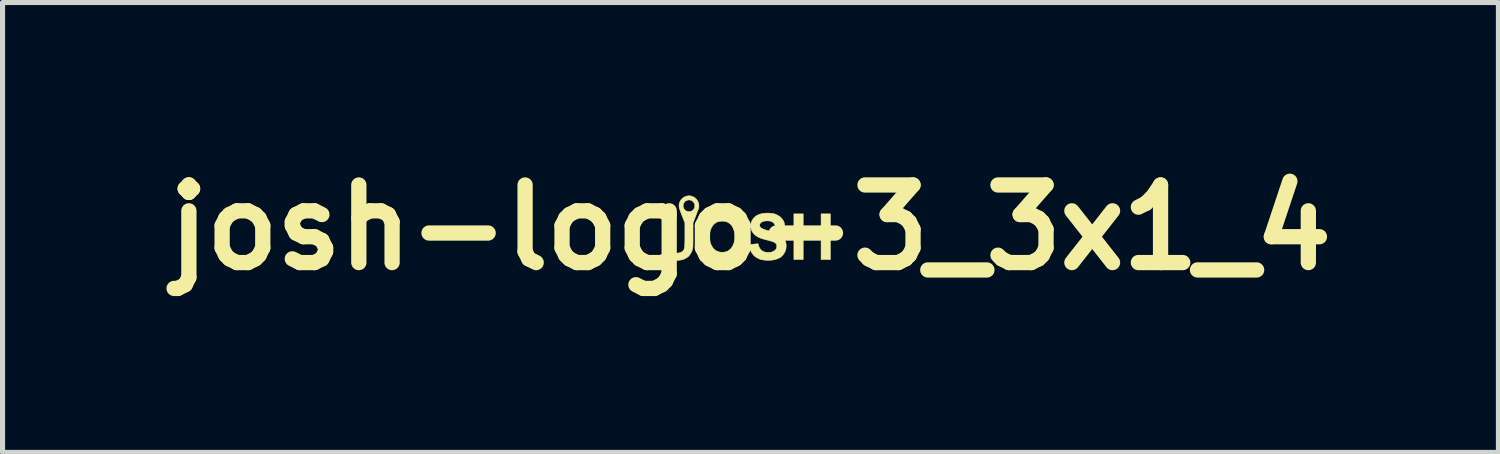
<source format=kicad_pcb>
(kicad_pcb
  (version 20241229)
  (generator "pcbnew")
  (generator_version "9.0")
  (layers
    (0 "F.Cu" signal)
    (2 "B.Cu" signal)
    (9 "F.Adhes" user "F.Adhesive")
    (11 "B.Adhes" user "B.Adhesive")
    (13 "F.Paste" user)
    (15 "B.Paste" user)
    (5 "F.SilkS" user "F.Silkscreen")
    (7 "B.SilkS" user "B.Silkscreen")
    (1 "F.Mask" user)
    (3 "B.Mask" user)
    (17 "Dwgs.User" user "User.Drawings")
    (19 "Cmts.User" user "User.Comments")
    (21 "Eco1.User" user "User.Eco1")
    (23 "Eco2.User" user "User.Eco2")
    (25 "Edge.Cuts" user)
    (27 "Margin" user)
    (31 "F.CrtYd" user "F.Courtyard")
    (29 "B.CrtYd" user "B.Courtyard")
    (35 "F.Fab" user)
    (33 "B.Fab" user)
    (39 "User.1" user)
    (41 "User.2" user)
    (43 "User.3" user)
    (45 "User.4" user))
  (footprint "josh-logo-3_3x1_4"
    (layer "F.Cu")
    (at 11.691 1.418)
    (property "Reference" "josh-logo-3_3x1_4" (at 0 0 0) (layer "F.SilkS") (effects (font (size 1.524 1.524) (thickness 0.3))))
    (attr through_hole)
    (fp_poly (pts (xy 1.036 0.084) (xy 1.387 0.084) (xy 1.387 -0.267) (xy 1.57 -0.267) (xy 1.57 0.63) (xy 1.387 0.63) (xy 1.387 0.239) (xy 1.036 0.239) (xy 1.036 0.63) (xy 0.853 0.63) (xy 0.853 -0.267) (xy 1.036 -0.267) (xy 1.036 0.084)) (stroke (width 0.01) (type solid)) (fill yes) (layer "F.SilkS"))
    (fp_poly (pts (xy -1.189 -0.621) (xy -1.175 -0.619) (xy -1.144 -0.611) (xy -1.115 -0.598) (xy -1.09 -0.582) (xy -1.067 -0.561) (xy -1.048 -0.538) (xy -1.032 -0.51) (xy -1.02 -0.48) (xy -1.017 -0.472) (xy -1.014 -0.457) (xy -1.013 -0.438) (xy -1.013 -0.418) (xy -1.014 -0.398) (xy -1.017 -0.381) (xy -1.017 -0.381) (xy -1.019 -0.375) (xy -1.022 -0.365) (xy -1.027 -0.351) (xy -1.034 -0.334) (xy -1.041 -0.314) (xy -1.049 -0.292) (xy -1.058 -0.268) (xy -1.068 -0.243) (xy -1.075 -0.225) (xy -1.128 -0.088) (xy -1.128 0.129) (xy -1.128 0.17) (xy -1.128 0.208) (xy -1.128 0.243) (xy -1.128 0.274) (xy -1.129 0.302) (xy -1.129 0.326) (xy -1.129 0.345) (xy -1.13 0.361) (xy -1.13 0.371) (xy -1.13 0.375) (xy -1.134 0.404) (xy -1.14 0.43) (xy -1.147 0.455) (xy -1.157 0.479) (xy -1.171 0.504) (xy -1.187 0.53) (xy -1.193 0.538) (xy -1.202 0.551) (xy -1.209 0.559) (xy -1.215 0.566) (xy -1.221 0.572) (xy -1.228 0.577) (xy -1.237 0.583) (xy -1.238 0.584) (xy -1.264 0.6) (xy -1.286 0.613) (xy -1.307 0.623) (xy -1.328 0.63) (xy -1.349 0.636) (xy -1.372 0.64) (xy -1.399 0.643) (xy -1.416 0.645) (xy -1.431 0.646) (xy -1.441 0.647) (xy -1.45 0.647) (xy -1.459 0.647) (xy -1.468 0.647) (xy -1.479 0.646) (xy -1.494 0.645) (xy -1.496 0.645) (xy -1.51 0.643) (xy -1.527 0.641) (xy -1.546 0.638) (xy -1.565 0.634) (xy -1.584 0.631) (xy -1.599 0.627) (xy -1.607 0.625) (xy -1.614 0.623) (xy -1.615 0.557) (xy -1.615 0.536) (xy -1.615 0.519) (xy -1.615 0.507) (xy -1.614 0.499) (xy -1.614 0.493) (xy -1.613 0.491) (xy -1.612 0.49) (xy -1.609 0.491) (xy -1.601 0.492) (xy -1.591 0.493) (xy -1.578 0.495) (xy -1.575 0.495) (xy -1.546 0.499) (xy -1.516 0.502) (xy -1.488 0.503) (xy -1.461 0.504) (xy -1.437 0.503) (xy -1.415 0.501) (xy -1.398 0.499) (xy -1.394 0.498) (xy -1.368 0.489) (xy -1.346 0.478) (xy -1.329 0.465) (xy -1.315 0.448) (xy -1.304 0.428) (xy -1.298 0.405) (xy -1.296 0.397) (xy -1.294 0.388) (xy -1.293 0.378) (xy -1.292 0.367) (xy -1.291 0.354) (xy -1.29 0.34) (xy -1.29 0.323) (xy -1.289 0.303) (xy -1.289 0.28) (xy -1.288 0.254) (xy -1.288 0.224) (xy -1.288 0.191) (xy -1.288 0.152) (xy -1.288 0.115) (xy -1.288 -0.089) (xy -1.34 -0.224) (xy -1.35 -0.25) (xy -1.36 -0.274) (xy -1.368 -0.297) (xy -1.376 -0.319) (xy -1.383 -0.338) (xy -1.389 -0.354) (xy -1.394 -0.366) (xy -1.397 -0.375) (xy -1.398 -0.378) (xy -1.401 -0.397) (xy -1.403 -0.418) (xy -1.403 -0.43) (xy -1.323 -0.43) (xy -1.322 -0.408) (xy -1.316 -0.387) (xy -1.307 -0.367) (xy -1.294 -0.349) (xy -1.277 -0.334) (xy -1.258 -0.322) (xy -1.239 -0.315) (xy -1.215 -0.311) (xy -1.192 -0.311) (xy -1.181 -0.313) (xy -1.159 -0.321) (xy -1.14 -0.333) (xy -1.123 -0.348) (xy -1.109 -0.366) (xy -1.099 -0.386) (xy -1.094 -0.408) (xy -1.093 -0.431) (xy -1.093 -0.432) (xy -1.097 -0.456) (xy -1.105 -0.477) (xy -1.117 -0.496) (xy -1.132 -0.512) (xy -1.149 -0.525) (xy -1.169 -0.534) (xy -1.19 -0.539) (xy -1.212 -0.541) (xy -1.235 -0.537) (xy -1.258 -0.529) (xy -1.262 -0.528) (xy -1.276 -0.519) (xy -1.29 -0.506) (xy -1.302 -0.491) (xy -1.311 -0.475) (xy -1.319 -0.453) (xy -1.323 -0.43) (xy -1.403 -0.43) (xy -1.403 -0.44) (xy -1.4 -0.46) (xy -1.397 -0.474) (xy -1.386 -0.505) (xy -1.371 -0.533) (xy -1.352 -0.557) (xy -1.33 -0.578) (xy -1.305 -0.595) (xy -1.277 -0.609) (xy -1.247 -0.617) (xy -1.241 -0.619) (xy -1.222 -0.621) (xy -1.206 -0.622) (xy -1.189 -0.621)) (stroke (width 0.01) (type solid)) (fill yes) (layer "F.SilkS"))
    (fp_poly (pts (xy -0.528 -0.28) (xy -0.492 -0.277) (xy -0.457 -0.272) (xy -0.423 -0.265) (xy -0.393 -0.256) (xy -0.366 -0.246) (xy -0.357 -0.242) (xy -0.344 -0.235) (xy -0.328 -0.225) (xy -0.31 -0.213) (xy -0.292 -0.2) (xy -0.274 -0.187) (xy -0.268 -0.182) (xy -0.255 -0.172) (xy -0.246 -0.163) (xy -0.237 -0.155) (xy -0.229 -0.145) (xy -0.219 -0.132) (xy -0.219 -0.131) (xy -0.195 -0.096) (xy -0.175 -0.064) (xy -0.16 -0.034) (xy -0.148 -0.007) (xy -0.146 -0.002) (xy -0.139 0.026) (xy -0.132 0.058) (xy -0.127 0.092) (xy -0.124 0.128) (xy -0.122 0.165) (xy -0.122 0.201) (xy -0.123 0.237) (xy -0.124 0.25) (xy -0.128 0.285) (xy -0.133 0.315) (xy -0.14 0.343) (xy -0.147 0.368) (xy -0.157 0.393) (xy -0.169 0.417) (xy -0.184 0.443) (xy -0.197 0.464) (xy -0.209 0.482) (xy -0.219 0.496) (xy -0.228 0.508) (xy -0.236 0.517) (xy -0.244 0.526) (xy -0.253 0.534) (xy -0.264 0.543) (xy -0.27 0.547) (xy -0.302 0.571) (xy -0.333 0.591) (xy -0.361 0.607) (xy -0.388 0.619) (xy -0.406 0.625) (xy -0.423 0.629) (xy -0.443 0.633) (xy -0.465 0.636) (xy -0.489 0.639) (xy -0.511 0.642) (xy -0.533 0.644) (xy -0.551 0.645) (xy -0.56 0.645) (xy -0.568 0.644) (xy -0.579 0.644) (xy -0.592 0.643) (xy -0.606 0.641) (xy -0.606 0.641) (xy -0.641 0.637) (xy -0.67 0.632) (xy -0.697 0.626) (xy -0.722 0.618) (xy -0.745 0.609) (xy -0.768 0.597) (xy -0.791 0.583) (xy -0.795 0.58) (xy -0.823 0.561) (xy -0.847 0.543) (xy -0.866 0.526) (xy -0.881 0.51) (xy -0.886 0.503) (xy -0.908 0.473) (xy -0.926 0.446) (xy -0.941 0.419) (xy -0.953 0.394) (xy -0.963 0.368) (xy -0.971 0.341) (xy -0.978 0.313) (xy -0.983 0.281) (xy -0.986 0.246) (xy -0.988 0.223) (xy -0.989 0.191) (xy -0.989 0.176) (xy -0.8 0.176) (xy -0.8 0.21) (xy -0.798 0.24) (xy -0.795 0.267) (xy -0.79 0.291) (xy -0.784 0.314) (xy -0.775 0.336) (xy -0.764 0.358) (xy -0.75 0.381) (xy -0.75 0.381) (xy -0.739 0.398) (xy -0.729 0.411) (xy -0.72 0.421) (xy -0.716 0.425) (xy -0.696 0.441) (xy -0.678 0.454) (xy -0.661 0.464) (xy -0.642 0.472) (xy -0.623 0.478) (xy -0.6 0.483) (xy -0.578 0.486) (xy -0.562 0.487) (xy -0.543 0.487) (xy -0.521 0.484) (xy -0.518 0.484) (xy -0.493 0.48) (xy -0.472 0.474) (xy -0.453 0.467) (xy -0.434 0.456) (xy -0.415 0.443) (xy -0.395 0.426) (xy -0.395 0.425) (xy -0.381 0.411) (xy -0.367 0.393) (xy -0.354 0.372) (xy -0.342 0.349) (xy -0.332 0.325) (xy -0.324 0.302) (xy -0.321 0.294) (xy -0.317 0.272) (xy -0.313 0.245) (xy -0.311 0.216) (xy -0.31 0.185) (xy -0.311 0.153) (xy -0.312 0.122) (xy -0.313 0.118) (xy -0.316 0.09) (xy -0.321 0.064) (xy -0.329 0.04) (xy -0.339 0.015) (xy -0.353 -0.01) (xy -0.359 -0.021) (xy -0.366 -0.034) (xy -0.373 -0.043) (xy -0.379 -0.051) (xy -0.386 -0.058) (xy -0.395 -0.066) (xy -0.401 -0.071) (xy -0.423 -0.088) (xy -0.445 -0.101) (xy -0.467 -0.111) (xy -0.481 -0.115) (xy -0.511 -0.121) (xy -0.543 -0.124) (xy -0.576 -0.123) (xy -0.608 -0.119) (xy -0.637 -0.112) (xy -0.64 -0.111) (xy -0.663 -0.102) (xy -0.686 -0.088) (xy -0.708 -0.072) (xy -0.728 -0.053) (xy -0.744 -0.033) (xy -0.746 -0.028) (xy -0.761 -0.004) (xy -0.773 0.02) (xy -0.783 0.043) (xy -0.79 0.066) (xy -0.795 0.091) (xy -0.798 0.118) (xy -0.8 0.148) (xy -0.8 0.176) (xy -0.989 0.176) (xy -0.989 0.158) (xy -0.987 0.124) (xy -0.984 0.091) (xy -0.979 0.061) (xy -0.974 0.034) (xy -0.961 -0.009) (xy -0.946 -0.048) (xy -0.927 -0.083) (xy -0.906 -0.117) (xy -0.881 -0.148) (xy -0.864 -0.166) (xy -0.834 -0.194) (xy -0.801 -0.218) (xy -0.766 -0.238) (xy -0.728 -0.254) (xy -0.686 -0.267) (xy -0.667 -0.272) (xy -0.635 -0.277) (xy -0.601 -0.28) (xy -0.565 -0.281) (xy -0.528 -0.28)) (stroke (width 0.01) (type solid)) (fill yes) (layer "F.SilkS"))
    (fp_poly (pts (xy 0.364 -0.281) (xy 0.389 -0.279) (xy 0.418 -0.277) (xy 0.443 -0.273) (xy 0.466 -0.268) (xy 0.488 -0.261) (xy 0.51 -0.251) (xy 0.534 -0.239) (xy 0.56 -0.224) (xy 0.561 -0.224) (xy 0.575 -0.215) (xy 0.586 -0.206) (xy 0.597 -0.196) (xy 0.604 -0.188) (xy 0.621 -0.168) (xy 0.635 -0.15) (xy 0.646 -0.133) (xy 0.654 -0.117) (xy 0.66 -0.1) (xy 0.663 -0.091) (xy 0.666 -0.08) (xy 0.668 -0.067) (xy 0.671 -0.052) (xy 0.673 -0.038) (xy 0.675 -0.026) (xy 0.676 -0.016) (xy 0.676 -0.015) (xy 0.676 -0.008) (xy 0.587 -0.005) (xy 0.567 -0.004) (xy 0.548 -0.003) (xy 0.531 -0.003) (xy 0.516 -0.002) (xy 0.506 -0.002) (xy 0.499 -0.001) (xy 0.497 -0.001) (xy 0.495 -0.004) (xy 0.493 -0.01) (xy 0.49 -0.018) (xy 0.489 -0.023) (xy 0.485 -0.038) (xy 0.481 -0.049) (xy 0.476 -0.059) (xy 0.471 -0.068) (xy 0.464 -0.078) (xy 0.453 -0.091) (xy 0.441 -0.101) (xy 0.428 -0.11) (xy 0.413 -0.117) (xy 0.398 -0.122) (xy 0.383 -0.126) (xy 0.366 -0.128) (xy 0.346 -0.129) (xy 0.323 -0.129) (xy 0.319 -0.129) (xy 0.299 -0.128) (xy 0.282 -0.126) (xy 0.268 -0.124) (xy 0.255 -0.12) (xy 0.241 -0.115) (xy 0.23 -0.11) (xy 0.211 -0.099) (xy 0.196 -0.086) (xy 0.187 -0.072) (xy 0.182 -0.057) (xy 0.181 -0.039) (xy 0.183 -0.029) (xy 0.188 -0.015) (xy 0.196 -0.002) (xy 0.209 0.009) (xy 0.221 0.017) (xy 0.234 0.024) (xy 0.247 0.03) (xy 0.26 0.036) (xy 0.274 0.042) (xy 0.29 0.047) (xy 0.309 0.053) (xy 0.33 0.059) (xy 0.356 0.065) (xy 0.385 0.073) (xy 0.39 0.074) (xy 0.438 0.086) (xy 0.482 0.1) (xy 0.521 0.114) (xy 0.555 0.129) (xy 0.584 0.145) (xy 0.609 0.161) (xy 0.618 0.168) (xy 0.635 0.185) (xy 0.651 0.205) (xy 0.666 0.228) (xy 0.679 0.252) (xy 0.689 0.276) (xy 0.693 0.291) (xy 0.699 0.318) (xy 0.701 0.347) (xy 0.701 0.377) (xy 0.699 0.407) (xy 0.693 0.435) (xy 0.693 0.436) (xy 0.686 0.459) (xy 0.674 0.484) (xy 0.66 0.509) (xy 0.644 0.532) (xy 0.627 0.553) (xy 0.608 0.571) (xy 0.6 0.578) (xy 0.575 0.594) (xy 0.546 0.608) (xy 0.514 0.62) (xy 0.48 0.631) (xy 0.445 0.638) (xy 0.413 0.642) (xy 0.395 0.644) (xy 0.373 0.644) (xy 0.349 0.645) (xy 0.325 0.644) (xy 0.301 0.644) (xy 0.283 0.642) (xy 0.248 0.638) (xy 0.216 0.632) (xy 0.186 0.623) (xy 0.156 0.61) (xy 0.145 0.604) (xy 0.123 0.592) (xy 0.105 0.581) (xy 0.09 0.57) (xy 0.076 0.559) (xy 0.065 0.547) (xy 0.061 0.544) (xy 0.042 0.519) (xy 0.025 0.497) (xy 0.012 0.474) (xy 0.001 0.451) (xy -0.008 0.427) (xy -0.015 0.399) (xy -0.021 0.37) (xy -0.024 0.355) (xy -0.025 0.345) (xy -0.025 0.339) (xy -0.024 0.337) (xy -0.021 0.336) (xy -0.014 0.335) (xy -0.003 0.334) (xy 0.011 0.333) (xy 0.027 0.331) (xy 0.045 0.329) (xy 0.063 0.328) (xy 0.081 0.326) (xy 0.098 0.324) (xy 0.114 0.323) (xy 0.127 0.322) (xy 0.138 0.321) (xy 0.144 0.32) (xy 0.146 0.32) (xy 0.149 0.321) (xy 0.152 0.324) (xy 0.154 0.331) (xy 0.155 0.336) (xy 0.162 0.365) (xy 0.173 0.392) (xy 0.187 0.415) (xy 0.201 0.434) (xy 0.211 0.444) (xy 0.222 0.454) (xy 0.235 0.462) (xy 0.251 0.471) (xy 0.254 0.473) (xy 0.266 0.478) (xy 0.278 0.482) (xy 0.291 0.485) (xy 0.305 0.487) (xy 0.322 0.488) (xy 0.343 0.489) (xy 0.349 0.489) (xy 0.37 0.489) (xy 0.387 0.488) (xy 0.401 0.486) (xy 0.413 0.484) (xy 0.424 0.48) (xy 0.436 0.475) (xy 0.445 0.471) (xy 0.461 0.463) (xy 0.473 0.455) (xy 0.482 0.448) (xy 0.491 0.439) (xy 0.495 0.434) (xy 0.505 0.42) (xy 0.511 0.407) (xy 0.515 0.393) (xy 0.517 0.375) (xy 0.517 0.367) (xy 0.517 0.355) (xy 0.516 0.347) (xy 0.515 0.34) (xy 0.513 0.334) (xy 0.509 0.328) (xy 0.499 0.315) (xy 0.485 0.302) (xy 0.466 0.29) (xy 0.46 0.287) (xy 0.45 0.283) (xy 0.435 0.277) (xy 0.417 0.272) (xy 0.394 0.265) (xy 0.366 0.257) (xy 0.334 0.249) (xy 0.302 0.24) (xy 0.273 0.233) (xy 0.248 0.226) (xy 0.226 0.219) (xy 0.207 0.213) (xy 0.19 0.206) (xy 0.174 0.2) (xy 0.158 0.192) (xy 0.143 0.183) (xy 0.126 0.173) (xy 0.118 0.168) (xy 0.105 0.16) (xy 0.094 0.152) (xy 0.085 0.145) (xy 0.077 0.136) (xy 0.067 0.125) (xy 0.066 0.125) (xy 0.05 0.104) (xy 0.037 0.086) (xy 0.027 0.067) (xy 0.019 0.048) (xy 0.014 0.026) (xy 0.009 0.001) (xy 0.009 -0.002) (xy 0.006 -0.035) (xy 0.008 -0.066) (xy 0.015 -0.096) (xy 0.026 -0.126) (xy 0.031 -0.135) (xy 0.038 -0.148) (xy 0.045 -0.16) (xy 0.054 -0.171) (xy 0.064 -0.184) (xy 0.075 -0.196) (xy 0.097 -0.216) (xy 0.121 -0.232) (xy 0.149 -0.247) (xy 0.18 -0.259) (xy 0.185 -0.261) (xy 0.214 -0.269) (xy 0.241 -0.275) (xy 0.269 -0.279) (xy 0.298 -0.281) (xy 0.33 -0.282) (xy 0.364 -0.281)) (stroke (width 0.01) (type solid)) (fill yes) (layer "F.SilkS")))
  (gr_rect
    (start -3 -3)
    (end 26.383 5.836)
    (stroke (width 0.1) (type default))
    (fill no)
    (layer "Edge.Cuts")))
</source>
